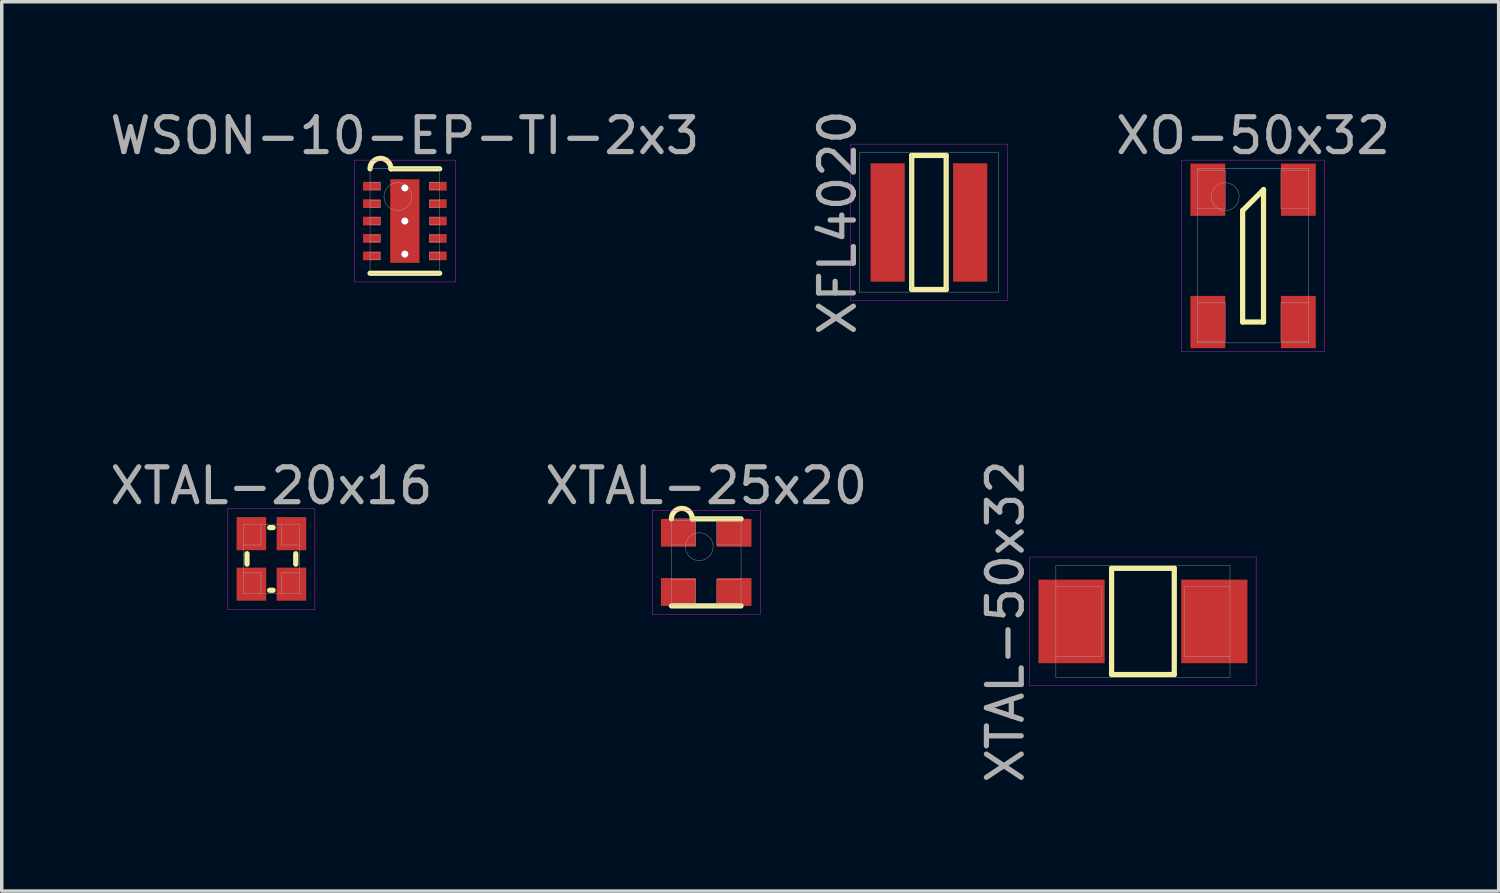
<source format=kicad_pcb>
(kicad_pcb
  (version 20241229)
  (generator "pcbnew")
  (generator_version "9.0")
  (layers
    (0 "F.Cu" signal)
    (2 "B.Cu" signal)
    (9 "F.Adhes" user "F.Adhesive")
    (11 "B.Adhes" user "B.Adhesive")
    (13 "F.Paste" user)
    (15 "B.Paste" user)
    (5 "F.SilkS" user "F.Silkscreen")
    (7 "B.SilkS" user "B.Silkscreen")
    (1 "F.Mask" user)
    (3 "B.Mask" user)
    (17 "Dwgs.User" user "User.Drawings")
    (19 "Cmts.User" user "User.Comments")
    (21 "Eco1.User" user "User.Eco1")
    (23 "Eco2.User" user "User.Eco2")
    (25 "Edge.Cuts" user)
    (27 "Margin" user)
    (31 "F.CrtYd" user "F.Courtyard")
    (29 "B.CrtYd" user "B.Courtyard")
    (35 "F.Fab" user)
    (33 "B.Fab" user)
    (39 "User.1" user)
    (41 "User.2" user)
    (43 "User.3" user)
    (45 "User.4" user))
  (footprint "XO-50x32"
    (layer "F.Cu")
    (at 32.937 4.298)
    (property "Reference" "XO-50x32" (at 0 -3.45 0) (layer "F.Fab") (effects (font (size 1 1) (thickness 0.15))))
    (attr through_hole)
    (fp_line (start -0.3 -1.3) (end 0.3 -1.9) (stroke (width 0.15) (type solid)) (layer "F.SilkS"))
    (fp_line (start -0.3 1.9) (end -0.3 -1.3) (stroke (width 0.15) (type solid)) (layer "F.SilkS"))
    (fp_line (start 0.3 -1.9) (end 0.3 -1.9) (stroke (width 0.15) (type solid)) (layer "F.SilkS"))
    (fp_line (start 0.3 -1.9) (end 0.3 1.9) (stroke (width 0.15) (type solid)) (layer "F.SilkS"))
    (fp_line (start 0.3 1.9) (end -0.3 1.9) (stroke (width 0.15) (type solid)) (layer "F.SilkS"))
    (fp_line (start -2.05 -2.75) (end 2.05 -2.75) (stroke (width 0.01) (type solid)) (layer "F.CrtYd"))
    (fp_line (start -2.05 2.75) (end -2.05 -2.75) (stroke (width 0.01) (type solid)) (layer "F.CrtYd"))
    (fp_line (start 2.05 -2.75) (end 2.05 2.75) (stroke (width 0.01) (type solid)) (layer "F.CrtYd"))
    (fp_line (start 2.05 2.75) (end -2.05 2.75) (stroke (width 0.01) (type solid)) (layer "F.CrtYd"))
    (fp_line (start -1.6 -2.5) (end 1.6 -2.5) (stroke (width 0.01) (type solid)) (layer "F.Fab"))
    (fp_line (start -1.6 -1.35) (end -0.8 -1.35) (stroke (width 0.01) (type solid)) (layer "F.Fab"))
    (fp_line (start -1.6 2.45) (end -0.8 2.45) (stroke (width 0.01) (type solid)) (layer "F.Fab"))
    (fp_line (start -1.6 2.5) (end -1.6 -2.5) (stroke (width 0.01) (type solid)) (layer "F.Fab"))
    (fp_line (start -0.8 -2.45) (end -1.6 -2.45) (stroke (width 0.01) (type solid)) (layer "F.Fab"))
    (fp_line (start -0.8 -1.35) (end -0.8 -2.45) (stroke (width 0.01) (type solid)) (layer "F.Fab"))
    (fp_line (start -0.8 1.35) (end -1.6 1.35) (stroke (width 0.01) (type solid)) (layer "F.Fab"))
    (fp_line (start -0.8 2.45) (end -0.8 1.35) (stroke (width 0.01) (type solid)) (layer "F.Fab"))
    (fp_line (start 0.8 -2.45) (end 0.8 -1.35) (stroke (width 0.01) (type solid)) (layer "F.Fab"))
    (fp_line (start 0.8 -1.35) (end 1.6 -1.35) (stroke (width 0.01) (type solid)) (layer "F.Fab"))
    (fp_line (start 0.8 1.35) (end 0.8 2.45) (stroke (width 0.01) (type solid)) (layer "F.Fab"))
    (fp_line (start 0.8 2.45) (end 1.6 2.45) (stroke (width 0.01) (type solid)) (layer "F.Fab"))
    (fp_line (start 1.6 -2.5) (end 1.6 2.5) (stroke (width 0.01) (type solid)) (layer "F.Fab"))
    (fp_line (start 1.6 -2.45) (end 0.8 -2.45) (stroke (width 0.01) (type solid)) (layer "F.Fab"))
    (fp_line (start 1.6 1.35) (end 0.8 1.35) (stroke (width 0.01) (type solid)) (layer "F.Fab"))
    (fp_line (start 1.6 2.5) (end -1.6 2.5) (stroke (width 0.01) (type solid)) (layer "F.Fab"))
    (fp_circle (center -0.8 -1.7) (end -0.8 -1.3) (stroke (width 0.01) (type solid)) (fill no) (layer "F.Fab"))
    (pad "1" smd rect (at -1.3 -1.9) (size 1 1.5) (layers "F.Cu" "F.Mask" "F.Paste"))
    (pad "2" smd rect (at -1.3 1.9) (size 1 1.5) (layers "F.Cu" "F.Mask" "F.Paste"))
    (pad "3" smd rect (at 1.3 1.9) (size 1 1.5) (layers "F.Cu" "F.Mask" "F.Paste"))
    (pad "4" smd rect (at 1.3 -1.9) (size 1 1.5) (layers "F.Cu" "F.Mask" "F.Paste")))
  (footprint "XTAL-20x16"
    (layer "F.Cu")
    (at 4.744 13.002)
    (property "Reference" "XTAL-20x16" (at 0 -2.1 0) (layer "F.Fab") (effects (font (size 1 1) (thickness 0.15))))
    (attr through_hole)
    (fp_line (start -0.7 -0.15) (end -0.7 0.15) (stroke (width 0.15) (type solid)) (layer "F.SilkS"))
    (fp_line (start -0.05 -0.9) (end 0.05 -0.9) (stroke (width 0.15) (type solid)) (layer "F.SilkS"))
    (fp_line (start -0.05 0.9) (end 0.05 0.9) (stroke (width 0.15) (type solid)) (layer "F.SilkS"))
    (fp_line (start 0.7 -0.15) (end 0.7 0.15) (stroke (width 0.15) (type solid)) (layer "F.SilkS"))
    (fp_line (start -1.25 -1.45) (end 1.25 -1.45) (stroke (width 0.01) (type solid)) (layer "F.CrtYd"))
    (fp_line (start -1.25 1.45) (end -1.25 -1.45) (stroke (width 0.01) (type solid)) (layer "F.CrtYd"))
    (fp_line (start 1.25 -1.45) (end 1.25 1.45) (stroke (width 0.01) (type solid)) (layer "F.CrtYd"))
    (fp_line (start 1.25 1.45) (end -1.25 1.45) (stroke (width 0.01) (type solid)) (layer "F.CrtYd"))
    (fp_line (start -0.8 -1) (end 0.8 -1) (stroke (width 0.01) (type solid)) (layer "F.Fab"))
    (fp_line (start -0.8 -0.4) (end -0.3 -0.4) (stroke (width 0.01) (type solid)) (layer "F.Fab"))
    (fp_line (start -0.8 0.4) (end -0.3 0.4) (stroke (width 0.01) (type solid)) (layer "F.Fab"))
    (fp_line (start -0.8 1) (end -0.8 -1) (stroke (width 0.01) (type solid)) (layer "F.Fab"))
    (fp_line (start -0.3 -0.4) (end -0.3 -1) (stroke (width 0.01) (type solid)) (layer "F.Fab"))
    (fp_line (start -0.3 1) (end -0.3 0.4) (stroke (width 0.01) (type solid)) (layer "F.Fab"))
    (fp_line (start 0.3 -1) (end 0.3 -0.4) (stroke (width 0.01) (type solid)) (layer "F.Fab"))
    (fp_line (start 0.3 -0.4) (end 0.8 -0.4) (stroke (width 0.01) (type solid)) (layer "F.Fab"))
    (fp_line (start 0.3 0.4) (end 0.3 1) (stroke (width 0.01) (type solid)) (layer "F.Fab"))
    (fp_line (start 0.8 -1) (end 0.8 1) (stroke (width 0.01) (type solid)) (layer "F.Fab"))
    (fp_line (start 0.8 0.4) (end 0.3 0.4) (stroke (width 0.01) (type solid)) (layer "F.Fab"))
    (fp_line (start 0.8 1) (end -0.8 1) (stroke (width 0.01) (type solid)) (layer "F.Fab"))
    (pad "1" smd rect (at -0.575 -0.725 270) (size 0.95 0.85) (layers "F.Cu" "F.Mask" "F.Paste"))
    (pad "2" smd rect (at -0.575 0.725 270) (size 0.95 0.85) (layers "F.Cu" "F.Mask" "F.Paste"))
    (pad "3" smd rect (at 0.575 0.725 270) (size 0.95 0.85) (layers "F.Cu" "F.Mask" "F.Paste"))
    (pad "4" smd rect (at 0.575 -0.725 270) (size 0.95 0.85) (layers "F.Cu" "F.Mask" "F.Paste")))
  (footprint "WSON-10-EP-TI-2x3"
    (layer "F.Cu")
    (at 8.577 3.298)
    (property "Reference" "WSON-10-EP-TI-2x3" (at 0 -2.45 0) (layer "F.Fab") (effects (font (size 1 1) (thickness 0.15))))
    (attr through_hole)
    (fp_line (start -1 1.5) (end 1 1.5) (stroke (width 0.15) (type solid)) (layer "F.SilkS"))
    (fp_line (start -0.4 -1.5) (end 1 -1.5) (stroke (width 0.15) (type solid)) (layer "F.SilkS"))
    (fp_arc (start -1 -1.5) (mid -0.7 -1.8) (end -0.4 -1.5) (stroke (width 0.15) (type solid)) (layer "F.SilkS"))
    (fp_line (start -1.45 -1.75) (end 1.45 -1.75) (stroke (width 0.01) (type solid)) (layer "F.CrtYd"))
    (fp_line (start -1.45 1.75) (end -1.45 -1.75) (stroke (width 0.01) (type solid)) (layer "F.CrtYd"))
    (fp_line (start 1.45 -1.75) (end 1.45 1.75) (stroke (width 0.01) (type solid)) (layer "F.CrtYd"))
    (fp_line (start 1.45 1.75) (end -1.45 1.75) (stroke (width 0.01) (type solid)) (layer "F.CrtYd"))
    (fp_line (start -1 -1.5) (end 1 -1.5) (stroke (width 0.01) (type solid)) (layer "F.Fab"))
    (fp_line (start -1 -0.9) (end -0.7 -0.9) (stroke (width 0.01) (type solid)) (layer "F.Fab"))
    (fp_line (start -1 -0.4) (end -0.7 -0.4) (stroke (width 0.01) (type solid)) (layer "F.Fab"))
    (fp_line (start -1 0.1) (end -0.7 0.1) (stroke (width 0.01) (type solid)) (layer "F.Fab"))
    (fp_line (start -1 0.6) (end -0.7 0.6) (stroke (width 0.01) (type solid)) (layer "F.Fab"))
    (fp_line (start -1 1.1) (end -0.7 1.1) (stroke (width 0.01) (type solid)) (layer "F.Fab"))
    (fp_line (start -1 1.5) (end -1 -1.5) (stroke (width 0.01) (type solid)) (layer "F.Fab"))
    (fp_line (start -0.7 -1.1) (end -1 -1.1) (stroke (width 0.01) (type solid)) (layer "F.Fab"))
    (fp_line (start -0.7 -0.9) (end -0.7 -1.1) (stroke (width 0.01) (type solid)) (layer "F.Fab"))
    (fp_line (start -0.7 -0.6) (end -1 -0.6) (stroke (width 0.01) (type solid)) (layer "F.Fab"))
    (fp_line (start -0.7 -0.4) (end -0.7 -0.6) (stroke (width 0.01) (type solid)) (layer "F.Fab"))
    (fp_line (start -0.7 -0.1) (end -1 -0.1) (stroke (width 0.01) (type solid)) (layer "F.Fab"))
    (fp_line (start -0.7 0.1) (end -0.7 -0.1) (stroke (width 0.01) (type solid)) (layer "F.Fab"))
    (fp_line (start -0.7 0.4) (end -1 0.4) (stroke (width 0.01) (type solid)) (layer "F.Fab"))
    (fp_line (start -0.7 0.6) (end -0.7 0.4) (stroke (width 0.01) (type solid)) (layer "F.Fab"))
    (fp_line (start -0.7 0.9) (end -1 0.9) (stroke (width 0.01) (type solid)) (layer "F.Fab"))
    (fp_line (start -0.7 1.1) (end -0.7 0.9) (stroke (width 0.01) (type solid)) (layer "F.Fab"))
    (fp_line (start 0.7 -1.1) (end 0.7 -0.9) (stroke (width 0.01) (type solid)) (layer "F.Fab"))
    (fp_line (start 0.7 -0.9) (end 1 -0.9) (stroke (width 0.01) (type solid)) (layer "F.Fab"))
    (fp_line (start 0.7 -0.6) (end 0.7 -0.4) (stroke (width 0.01) (type solid)) (layer "F.Fab"))
    (fp_line (start 0.7 -0.4) (end 1 -0.4) (stroke (width 0.01) (type solid)) (layer "F.Fab"))
    (fp_line (start 0.7 -0.1) (end 0.7 0.1) (stroke (width 0.01) (type solid)) (layer "F.Fab"))
    (fp_line (start 0.7 0.1) (end 1 0.1) (stroke (width 0.01) (type solid)) (layer "F.Fab"))
    (fp_line (start 0.7 0.4) (end 0.7 0.6) (stroke (width 0.01) (type solid)) (layer "F.Fab"))
    (fp_line (start 0.7 0.6) (end 1 0.6) (stroke (width 0.01) (type solid)) (layer "F.Fab"))
    (fp_line (start 0.7 0.9) (end 0.7 1.1) (stroke (width 0.01) (type solid)) (layer "F.Fab"))
    (fp_line (start 0.7 1.1) (end 1 1.1) (stroke (width 0.01) (type solid)) (layer "F.Fab"))
    (fp_line (start 1 -1.5) (end 1 1.5) (stroke (width 0.01) (type solid)) (layer "F.Fab"))
    (fp_line (start 1 -1.1) (end 0.7 -1.1) (stroke (width 0.01) (type solid)) (layer "F.Fab"))
    (fp_line (start 1 -0.6) (end 0.7 -0.6) (stroke (width 0.01) (type solid)) (layer "F.Fab"))
    (fp_line (start 1 -0.1) (end 0.7 -0.1) (stroke (width 0.01) (type solid)) (layer "F.Fab"))
    (fp_line (start 1 0.4) (end 0.7 0.4) (stroke (width 0.01) (type solid)) (layer "F.Fab"))
    (fp_line (start 1 0.9) (end 0.7 0.9) (stroke (width 0.01) (type solid)) (layer "F.Fab"))
    (fp_line (start 1 1.5) (end -1 1.5) (stroke (width 0.01) (type solid)) (layer "F.Fab"))
    (fp_circle (center -0.2 -0.7) (end -0.2 -0.3) (stroke (width 0.01) (type solid)) (fill no) (layer "F.Fab"))
    (pad "" smd rect (at 0 -0.6) (size 0.84 1) (layers "F.Paste"))
    (pad "" smd rect (at 0 0.6) (size 0.84 1) (layers "F.Paste"))
    (pad "1" smd rect (at -0.95 -1) (size 0.5 0.25) (layers "F.Cu" "F.Mask" "F.Paste"))
    (pad "2" smd rect (at -0.95 -0.5) (size 0.5 0.25) (layers "F.Cu" "F.Mask" "F.Paste"))
    (pad "3" smd rect (at -0.95 0) (size 0.5 0.25) (layers "F.Cu" "F.Mask" "F.Paste"))
    (pad "4" smd rect (at -0.95 0.5) (size 0.5 0.25) (layers "F.Cu" "F.Mask" "F.Paste"))
    (pad "5" smd rect (at -0.95 1) (size 0.5 0.25) (layers "F.Cu" "F.Mask" "F.Paste"))
    (pad "6" smd rect (at 0.95 1) (size 0.5 0.25) (layers "F.Cu" "F.Mask" "F.Paste"))
    (pad "7" smd rect (at 0.95 0.5) (size 0.5 0.25) (layers "F.Cu" "F.Mask" "F.Paste"))
    (pad "8" smd rect (at 0.95 0) (size 0.5 0.25) (layers "F.Cu" "F.Mask" "F.Paste"))
    (pad "9" smd rect (at 0.95 -0.5) (size 0.5 0.25) (layers "F.Cu" "F.Mask" "F.Paste"))
    (pad "10" smd rect (at 0.95 -1) (size 0.5 0.25) (layers "F.Cu" "F.Mask" "F.Paste"))
    (pad "EP" thru_hole circle (at 0 -0.95) (size 0.2 0.2) (drill 0.2) (layers "*.Cu"))
    (pad "EP" thru_hole circle (at 0 0) (size 0.2 0.2) (drill 0.2) (layers "*.Cu"))
    (pad "EP" smd rect (at 0 0) (size 0.84 2.4) (layers "F.Cu" "F.Mask"))
    (pad "EP" thru_hole circle (at 0 0.95) (size 0.2 0.2) (drill 0.2) (layers "*.Cu")))
  (footprint "XTAL-25x20"
    (layer "F.Cu")
    (at 17.232 13.101)
    (property "Reference" "XTAL-25x20" (at 0 -2.2 0) (layer "F.Fab") (effects (font (size 1 1) (thickness 0.15))))
    (attr through_hole)
    (fp_line (start -1 1.25) (end 1 1.25) (stroke (width 0.15) (type solid)) (layer "F.SilkS"))
    (fp_line (start -0.4 -1.25) (end 1 -1.25) (stroke (width 0.15) (type solid)) (layer "F.SilkS"))
    (fp_arc (start -1 -1.25) (mid -0.7 -1.55) (end -0.4 -1.25) (stroke (width 0.15) (type solid)) (layer "F.SilkS"))
    (fp_line (start -1.55 -1.5) (end 1.55 -1.5) (stroke (width 0.01) (type solid)) (layer "F.CrtYd"))
    (fp_line (start -1.55 1.5) (end -1.55 -1.5) (stroke (width 0.01) (type solid)) (layer "F.CrtYd"))
    (fp_line (start 1.55 -1.5) (end 1.55 1.5) (stroke (width 0.01) (type solid)) (layer "F.CrtYd"))
    (fp_line (start 1.55 1.5) (end -1.55 1.5) (stroke (width 0.01) (type solid)) (layer "F.CrtYd"))
    (fp_line (start -1 -1.25) (end 1 -1.25) (stroke (width 0.01) (type solid)) (layer "F.Fab"))
    (fp_line (start -1 -0.5) (end -0.3 -0.5) (stroke (width 0.01) (type solid)) (layer "F.Fab"))
    (fp_line (start -1 1.2) (end -0.3 1.2) (stroke (width 0.01) (type solid)) (layer "F.Fab"))
    (fp_line (start -1 1.25) (end -1 -1.25) (stroke (width 0.01) (type solid)) (layer "F.Fab"))
    (fp_line (start -0.3 -1.2) (end -1 -1.2) (stroke (width 0.01) (type solid)) (layer "F.Fab"))
    (fp_line (start -0.3 -0.5) (end -0.3 -1.2) (stroke (width 0.01) (type solid)) (layer "F.Fab"))
    (fp_line (start -0.3 0.5) (end -1 0.5) (stroke (width 0.01) (type solid)) (layer "F.Fab"))
    (fp_line (start -0.3 1.2) (end -0.3 0.5) (stroke (width 0.01) (type solid)) (layer "F.Fab"))
    (fp_line (start 0.3 -1.2) (end 0.3 -0.5) (stroke (width 0.01) (type solid)) (layer "F.Fab"))
    (fp_line (start 0.3 -0.5) (end 1 -0.5) (stroke (width 0.01) (type solid)) (layer "F.Fab"))
    (fp_line (start 0.3 0.5) (end 0.3 1.2) (stroke (width 0.01) (type solid)) (layer "F.Fab"))
    (fp_line (start 0.3 1.2) (end 1 1.2) (stroke (width 0.01) (type solid)) (layer "F.Fab"))
    (fp_line (start 1 -1.25) (end 1 1.25) (stroke (width 0.01) (type solid)) (layer "F.Fab"))
    (fp_line (start 1 -1.2) (end 0.3 -1.2) (stroke (width 0.01) (type solid)) (layer "F.Fab"))
    (fp_line (start 1 0.5) (end 0.3 0.5) (stroke (width 0.01) (type solid)) (layer "F.Fab"))
    (fp_line (start 1 1.25) (end -1 1.25) (stroke (width 0.01) (type solid)) (layer "F.Fab"))
    (fp_circle (center -0.2 -0.45) (end -0.2 -0.05) (stroke (width 0.01) (type solid)) (fill no) (layer "F.Fab"))
    (pad "1" smd rect (at -0.8 -0.85) (size 1 0.8) (layers "F.Cu" "F.Mask" "F.Paste"))
    (pad "2" smd rect (at -0.8 0.85) (size 1 0.8) (layers "F.Cu" "F.Mask" "F.Paste"))
    (pad "3" smd rect (at 0.8 0.85) (size 1 0.8) (layers "F.Cu" "F.Mask" "F.Paste"))
    (pad "4" smd rect (at 0.8 -0.85) (size 1 0.8) (layers "F.Cu" "F.Mask" "F.Paste")))
  (footprint "XTAL-50x32"
    (layer "F.Cu")
    (at 29.774 14.797)
    (property "Reference" "XTAL-50x32" (at -3.95 0 90) (layer "F.Fab") (effects (font (size 1 1) (thickness 0.15))))
    (attr through_hole)
    (fp_line (start -0.9 -1.525) (end 0.9 -1.525) (stroke (width 0.15) (type solid)) (layer "F.SilkS"))
    (fp_line (start -0.9 1.525) (end -0.9 -1.525) (stroke (width 0.15) (type solid)) (layer "F.SilkS"))
    (fp_line (start 0.9 -1.525) (end 0.9 1.525) (stroke (width 0.15) (type solid)) (layer "F.SilkS"))
    (fp_line (start 0.9 1.525) (end -0.9 1.525) (stroke (width 0.15) (type solid)) (layer "F.SilkS"))
    (fp_line (start -3.25 -1.85) (end 3.25 -1.85) (stroke (width 0.01) (type solid)) (layer "F.CrtYd"))
    (fp_line (start -3.25 1.85) (end -3.25 -1.85) (stroke (width 0.01) (type solid)) (layer "F.CrtYd"))
    (fp_line (start 3.25 -1.85) (end 3.25 1.85) (stroke (width 0.01) (type solid)) (layer "F.CrtYd"))
    (fp_line (start 3.25 1.85) (end -3.25 1.85) (stroke (width 0.01) (type solid)) (layer "F.CrtYd"))
    (fp_line (start -2.5 -1.6) (end 2.5 -1.6) (stroke (width 0.01) (type solid)) (layer "F.Fab"))
    (fp_line (start -2.5 1.6) (end -2.5 -1.6) (stroke (width 0.01) (type solid)) (layer "F.Fab"))
    (fp_line (start -1.2 -1) (end -2.5 -1) (stroke (width 0.01) (type solid)) (layer "F.Fab"))
    (fp_line (start -1.2 -1) (end -1.2 1) (stroke (width 0.01) (type solid)) (layer "F.Fab"))
    (fp_line (start -1.2 1) (end -2.5 1) (stroke (width 0.01) (type solid)) (layer "F.Fab"))
    (fp_line (start 1.2 -1) (end 1.2 1) (stroke (width 0.01) (type solid)) (layer "F.Fab"))
    (fp_line (start 1.2 -1) (end 2.5 -1) (stroke (width 0.01) (type solid)) (layer "F.Fab"))
    (fp_line (start 1.2 1) (end 2.5 1) (stroke (width 0.01) (type solid)) (layer "F.Fab"))
    (fp_line (start 2.5 -1.6) (end 2.5 1.6) (stroke (width 0.01) (type solid)) (layer "F.Fab"))
    (fp_line (start 2.5 1.6) (end -2.5 1.6) (stroke (width 0.01) (type solid)) (layer "F.Fab"))
    (pad "1" smd rect (at -2.05 0) (size 1.9 2.4) (layers "F.Cu" "F.Mask" "F.Paste"))
    (pad "2" smd rect (at 2.05 0) (size 1.9 2.4) (layers "F.Cu" "F.Mask" "F.Paste")))
  (footprint "XFL4020"
    (layer "F.Cu")
    (at 23.628 3.339)
    (property "Reference" "XFL4020" (at -2.625 0 90) (layer "F.Fab") (effects (font (size 1 1) (thickness 0.15))))
    (attr through_hole)
    (fp_line (start -0.495 -1.925) (end 0.495 -1.925) (stroke (width 0.15) (type solid)) (layer "F.SilkS"))
    (fp_line (start -0.495 1.925) (end -0.495 -1.925) (stroke (width 0.15) (type solid)) (layer "F.SilkS"))
    (fp_line (start 0.495 -1.925) (end 0.495 1.925) (stroke (width 0.15) (type solid)) (layer "F.SilkS"))
    (fp_line (start 0.495 1.925) (end -0.495 1.925) (stroke (width 0.15) (type solid)) (layer "F.SilkS"))
    (fp_line (start -2.25 -2.25) (end 2.25 -2.25) (stroke (width 0.01) (type solid)) (layer "F.CrtYd"))
    (fp_line (start -2.25 2.25) (end -2.25 -2.25) (stroke (width 0.01) (type solid)) (layer "F.CrtYd"))
    (fp_line (start 2.25 -2.25) (end 2.25 2.25) (stroke (width 0.01) (type solid)) (layer "F.CrtYd"))
    (fp_line (start 2.25 2.25) (end -2.25 2.25) (stroke (width 0.01) (type solid)) (layer "F.CrtYd"))
    (fp_line (start -2 -2) (end 2 -2) (stroke (width 0.01) (type solid)) (layer "F.Fab"))
    (fp_line (start -2 2) (end -2 -2) (stroke (width 0.01) (type solid)) (layer "F.Fab"))
    (fp_line (start -0.5 -2) (end -0.5 2) (stroke (width 0.01) (type solid)) (layer "F.Fab"))
    (fp_line (start 0.5 -2) (end 0.5 2) (stroke (width 0.01) (type solid)) (layer "F.Fab"))
    (fp_line (start 2 -2) (end 2 2) (stroke (width 0.01) (type solid)) (layer "F.Fab"))
    (fp_line (start 2 2) (end -2 2) (stroke (width 0.01) (type solid)) (layer "F.Fab"))
    (pad "1" smd rect (at -1.185 0) (size 0.98 3.4) (layers "F.Cu" "F.Mask" "F.Paste"))
    (pad "2" smd rect (at 1.185 0) (size 0.98 3.4) (layers "F.Cu" "F.Mask" "F.Paste")))
  (gr_rect
    (start -3 -3)
    (end 39.99 22.541)
    (stroke (width 0.1) (type default))
    (fill no)
    (layer "Edge.Cuts")))
</source>
